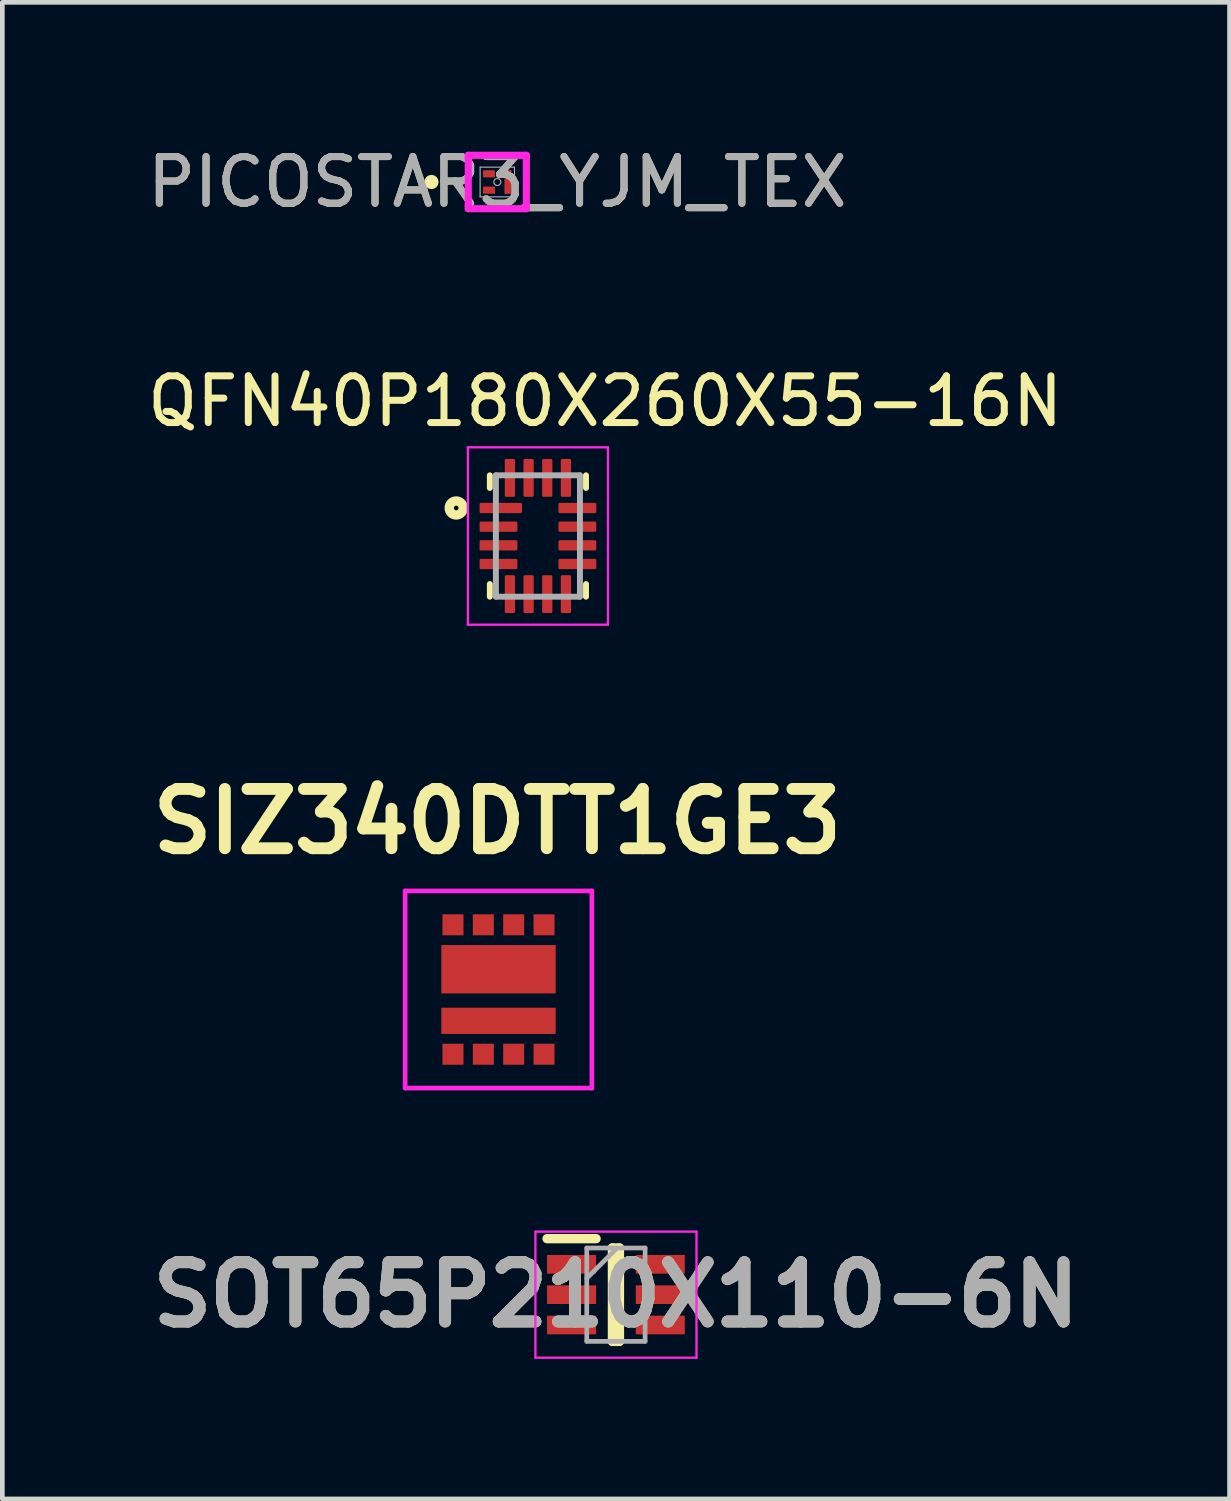
<source format=kicad_pcb>
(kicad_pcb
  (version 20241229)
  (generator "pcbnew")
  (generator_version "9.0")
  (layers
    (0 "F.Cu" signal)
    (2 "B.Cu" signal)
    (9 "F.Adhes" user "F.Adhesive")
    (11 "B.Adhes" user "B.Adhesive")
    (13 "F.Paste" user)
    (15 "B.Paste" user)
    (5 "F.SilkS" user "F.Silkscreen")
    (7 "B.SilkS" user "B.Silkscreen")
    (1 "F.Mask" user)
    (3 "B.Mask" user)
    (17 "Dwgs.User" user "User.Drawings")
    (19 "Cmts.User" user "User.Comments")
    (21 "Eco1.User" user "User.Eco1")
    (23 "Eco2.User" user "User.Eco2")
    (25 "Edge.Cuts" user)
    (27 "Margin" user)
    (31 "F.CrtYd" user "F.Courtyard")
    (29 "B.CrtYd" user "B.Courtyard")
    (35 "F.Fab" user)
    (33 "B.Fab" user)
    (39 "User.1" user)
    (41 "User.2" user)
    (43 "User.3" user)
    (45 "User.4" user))
  (footprint "QFN40P180X260X55-16N"
    (layer "F.Cu")
    (at 8.471 8.43)
    (property "Reference" "QFN40P180X260X55-16N" (at 1.44 -2.885 0) (layer "F.SilkS") (effects (font (size 1 1) (thickness 0.15))))
    (attr smd)
    (fp_line (start -1.03 -1.3) (end -1.03 -1.03) (stroke (width 0.127) (type solid)) (layer "F.SilkS"))
    (fp_line (start -1.03 1.3) (end -1.03 1.03) (stroke (width 0.127) (type solid)) (layer "F.SilkS"))
    (fp_line (start 1.03 -1.3) (end 1.03 -1.03) (stroke (width 0.127) (type solid)) (layer "F.SilkS"))
    (fp_line (start 1.03 1.3) (end 1.03 1.03) (stroke (width 0.127) (type solid)) (layer "F.SilkS"))
    (fp_circle (center -1.75 -0.6) (end -1.7 -0.6) (stroke (width 0.2) (type solid)) (fill no) (layer "F.SilkS"))
    (fp_line (start -1.5 1.9) (end -1.5 -1.9) (stroke (width 0.05) (type solid)) (layer "F.CrtYd"))
    (fp_line (start 1.5 -1.9) (end -1.5 -1.9) (stroke (width 0.05) (type solid)) (layer "F.CrtYd"))
    (fp_line (start 1.5 1.9) (end -1.5 1.9) (stroke (width 0.05) (type solid)) (layer "F.CrtYd"))
    (fp_line (start 1.5 1.9) (end 1.5 -1.9) (stroke (width 0.05) (type solid)) (layer "F.CrtYd"))
    (fp_line (start -0.9 -1.3) (end -0.9 1.3) (stroke (width 0.127) (type solid)) (layer "F.Fab"))
    (fp_line (start 0.9 -1.3) (end -0.9 -1.3) (stroke (width 0.127) (type solid)) (layer "F.Fab"))
    (fp_line (start 0.9 -1.3) (end 0.9 1.3) (stroke (width 0.127) (type solid)) (layer "F.Fab"))
    (fp_line (start 0.9 1.3) (end -0.9 1.3) (stroke (width 0.127) (type solid)) (layer "F.Fab"))
    (pad "1" smd roundrect (at -0.795 -0.6) (size 0.91 0.22) (layers "F.Cu" "F.Mask" "F.Paste") (roundrect_rratio 0.125))
    (pad "2" smd roundrect (at -0.845 -0.2) (size 0.81 0.22) (layers "F.Cu" "F.Mask" "F.Paste") (roundrect_rratio 0.125))
    (pad "3" smd roundrect (at -0.845 0.2) (size 0.81 0.22) (layers "F.Cu" "F.Mask" "F.Paste") (roundrect_rratio 0.125))
    (pad "4" smd roundrect (at -0.845 0.6) (size 0.81 0.22) (layers "F.Cu" "F.Mask" "F.Paste") (roundrect_rratio 0.125))
    (pad "5" smd roundrect (at -0.6 1.245) (size 0.22 0.81) (layers "F.Cu" "F.Mask" "F.Paste") (roundrect_rratio 0.125))
    (pad "6" smd roundrect (at -0.2 1.245) (size 0.22 0.81) (layers "F.Cu" "F.Mask" "F.Paste") (roundrect_rratio 0.125))
    (pad "7" smd roundrect (at 0.2 1.245) (size 0.22 0.81) (layers "F.Cu" "F.Mask" "F.Paste") (roundrect_rratio 0.125))
    (pad "8" smd roundrect (at 0.6 1.245) (size 0.22 0.81) (layers "F.Cu" "F.Mask" "F.Paste") (roundrect_rratio 0.125))
    (pad "9" smd roundrect (at 0.845 0.6) (size 0.81 0.22) (layers "F.Cu" "F.Mask" "F.Paste") (roundrect_rratio 0.125))
    (pad "10" smd roundrect (at 0.845 0.2) (size 0.81 0.22) (layers "F.Cu" "F.Mask" "F.Paste") (roundrect_rratio 0.125))
    (pad "11" smd roundrect (at 0.845 -0.2) (size 0.81 0.22) (layers "F.Cu" "F.Mask" "F.Paste") (roundrect_rratio 0.125))
    (pad "12" smd roundrect (at 0.845 -0.6) (size 0.81 0.22) (layers "F.Cu" "F.Mask" "F.Paste") (roundrect_rratio 0.125))
    (pad "13" smd roundrect (at 0.6 -1.245) (size 0.22 0.81) (layers "F.Cu" "F.Mask" "F.Paste") (roundrect_rratio 0.125))
    (pad "14" smd roundrect (at 0.2 -1.245) (size 0.22 0.81) (layers "F.Cu" "F.Mask" "F.Paste") (roundrect_rratio 0.125))
    (pad "15" smd roundrect (at -0.2 -1.245) (size 0.22 0.81) (layers "F.Cu" "F.Mask" "F.Paste") (roundrect_rratio 0.125))
    (pad "16" smd roundrect (at -0.6 -1.245) (size 0.22 0.81) (layers "F.Cu" "F.Mask" "F.Paste") (roundrect_rratio 0.125)))
  (footprint "SOT65P210X110-6N"
    (layer "F.Cu")
    (at 10.142 24.679)
    (property "Reference" "SOT65P210X110-6N" (at 0 0 0) (layer "F.SilkS") (effects (font (size 1.27 1.27) (thickness 0.254))))
    (attr smd)
    (fp_line (start -1.475 -1.2) (end -0.425 -1.2) (stroke (width 0.2) (type solid)) (layer "F.SilkS"))
    (fp_line (start -0.075 -1) (end 0.075 -1) (stroke (width 0.2) (type solid)) (layer "F.SilkS"))
    (fp_line (start -0.075 1) (end -0.075 -1) (stroke (width 0.2) (type solid)) (layer "F.SilkS"))
    (fp_line (start 0.075 -1) (end 0.075 1) (stroke (width 0.2) (type solid)) (layer "F.SilkS"))
    (fp_line (start 0.075 1) (end -0.075 1) (stroke (width 0.2) (type solid)) (layer "F.SilkS"))
    (fp_line (start -1.725 -1.35) (end 1.725 -1.35) (stroke (width 0.05) (type solid)) (layer "F.CrtYd"))
    (fp_line (start -1.725 1.35) (end -1.725 -1.35) (stroke (width 0.05) (type solid)) (layer "F.CrtYd"))
    (fp_line (start 1.725 -1.35) (end 1.725 1.35) (stroke (width 0.05) (type solid)) (layer "F.CrtYd"))
    (fp_line (start 1.725 1.35) (end -1.725 1.35) (stroke (width 0.05) (type solid)) (layer "F.CrtYd"))
    (fp_line (start -0.625 -1) (end 0.625 -1) (stroke (width 0.1) (type solid)) (layer "F.Fab"))
    (fp_line (start -0.625 -0.35) (end 0.025 -1) (stroke (width 0.1) (type solid)) (layer "F.Fab"))
    (fp_line (start -0.625 1) (end -0.625 -1) (stroke (width 0.1) (type solid)) (layer "F.Fab"))
    (fp_line (start 0.625 -1) (end 0.625 1) (stroke (width 0.1) (type solid)) (layer "F.Fab"))
    (fp_line (start 0.625 1) (end -0.625 1) (stroke (width 0.1) (type solid)) (layer "F.Fab"))
    (fp_text user "${REFERENCE}" (at 0 0 0) (layer "F.Fab") (effects (font (size 1.27 1.27) (thickness 0.254))))
    (pad "1" smd rect (at -0.95 -0.65 90) (size 0.4 1.05) (layers "F.Cu" "F.Mask" "F.Paste"))
    (pad "2" smd rect (at -0.95 0 90) (size 0.4 1.05) (layers "F.Cu" "F.Mask" "F.Paste"))
    (pad "3" smd rect (at -0.95 0.65 90) (size 0.4 1.05) (layers "F.Cu" "F.Mask" "F.Paste"))
    (pad "4" smd rect (at 0.95 0.65 90) (size 0.4 1.05) (layers "F.Cu" "F.Mask" "F.Paste"))
    (pad "5" smd rect (at 0.95 0 90) (size 0.4 1.05) (layers "F.Cu" "F.Mask" "F.Paste"))
    (pad "6" smd rect (at 0.95 -0.65 90) (size 0.4 1.05) (layers "F.Cu" "F.Mask" "F.Paste")))
  (footprint "SIZ340DTT1GE3"
    (layer "F.Cu")
    (at 7.627 18.143)
    (property "Reference" "SIZ340DTT1GE3" (at -0.025 -3.6 0) (layer "F.SilkS") (effects (font (size 1.27 1.27) (thickness 0.254))))
    (attr smd)
    (fp_line (start -2 -2.111) (end 2 -2.111) (stroke (width 0.1) (type solid)) (layer "F.CrtYd"))
    (fp_line (start -2 2.111) (end -2 -2.111) (stroke (width 0.1) (type solid)) (layer "F.CrtYd"))
    (fp_line (start 2 -2.111) (end 2 2.111) (stroke (width 0.1) (type solid)) (layer "F.CrtYd"))
    (fp_line (start 2 2.111) (end -2 2.111) (stroke (width 0.1) (type solid)) (layer "F.CrtYd"))
    (pad "1" smd rect (at -0.975 1.386 90) (size 0.45 0.45) (layers "F.Cu" "F.Mask" "F.Paste"))
    (pad "2" smd rect (at -0.325 1.386 90) (size 0.45 0.45) (layers "F.Cu" "F.Mask" "F.Paste"))
    (pad "2" smd rect (at 0 0.671 90) (size 0.562 2.45) (layers "F.Cu" "F.Mask" "F.Paste"))
    (pad "2" smd rect (at 0.325 1.386 90) (size 0.45 0.45) (layers "F.Cu" "F.Mask" "F.Paste"))
    (pad "2" smd rect (at 0.975 1.386 90) (size 0.45 0.45) (layers "F.Cu" "F.Mask" "F.Paste"))
    (pad "3" smd rect (at 0 -0.434 90) (size 1.036 2.45) (layers "F.Cu" "F.Mask" "F.Paste"))
    (pad "4" smd rect (at -0.325 -1.386 90) (size 0.45 0.45) (layers "F.Cu" "F.Mask" "F.Paste"))
    (pad "4" smd rect (at 0.325 -1.386 90) (size 0.45 0.45) (layers "F.Cu" "F.Mask" "F.Paste"))
    (pad "4" smd rect (at 0.975 -1.386 90) (size 0.45 0.45) (layers "F.Cu" "F.Mask" "F.Paste"))
    (pad "5" smd rect (at -0.975 -1.386 90) (size 0.45 0.45) (layers "F.Cu" "F.Mask" "F.Paste")))
  (footprint "PICOSTAR3_YJM_TEX"
    (layer "F.Cu")
    (at 7.601 0.848)
    (property "Reference" "PICOSTAR3_YJM_TEX" (at 0 0 0) (unlocked yes) (layer "F.SilkS") (effects (font (size 1 1) (thickness 0.15))))
    (attr smd)
    (fp_circle (center -1.41 0) (end -1.333 0) (stroke (width 0.152) (type solid)) (fill no) (layer "F.SilkS"))
    (fp_line (start -0.622 -0.572) (end 0.622 -0.572) (stroke (width 0.152) (type solid)) (layer "F.CrtYd"))
    (fp_line (start -0.622 -0.508) (end -0.622 -0.572) (stroke (width 0.152) (type solid)) (layer "F.CrtYd"))
    (fp_line (start -0.622 -0.508) (end -0.622 -0.508) (stroke (width 0.152) (type solid)) (layer "F.CrtYd"))
    (fp_line (start -0.622 0.508) (end -0.622 -0.508) (stroke (width 0.152) (type solid)) (layer "F.CrtYd"))
    (fp_line (start -0.622 0.508) (end -0.622 0.508) (stroke (width 0.152) (type solid)) (layer "F.CrtYd"))
    (fp_line (start -0.622 0.572) (end -0.622 0.508) (stroke (width 0.152) (type solid)) (layer "F.CrtYd"))
    (fp_line (start 0.622 -0.572) (end 0.622 -0.508) (stroke (width 0.152) (type solid)) (layer "F.CrtYd"))
    (fp_line (start 0.622 -0.508) (end 0.622 -0.508) (stroke (width 0.152) (type solid)) (layer "F.CrtYd"))
    (fp_line (start 0.622 -0.508) (end 0.622 0.508) (stroke (width 0.152) (type solid)) (layer "F.CrtYd"))
    (fp_line (start 0.622 0.508) (end 0.622 0.508) (stroke (width 0.152) (type solid)) (layer "F.CrtYd"))
    (fp_line (start 0.622 0.508) (end 0.622 0.572) (stroke (width 0.152) (type solid)) (layer "F.CrtYd"))
    (fp_line (start 0.622 0.572) (end -0.622 0.572) (stroke (width 0.152) (type solid)) (layer "F.CrtYd"))
    (fp_line (start -0.368 -0.318) (end -0.368 0.318) (stroke (width 0.025) (type solid)) (layer "F.Fab"))
    (fp_line (start -0.368 0.318) (end 0.368 0.318) (stroke (width 0.025) (type solid)) (layer "F.Fab"))
    (fp_line (start 0.368 -0.318) (end -0.368 -0.318) (stroke (width 0.025) (type solid)) (layer "F.Fab"))
    (fp_line (start 0.368 0.318) (end 0.368 -0.318) (stroke (width 0.025) (type solid)) (layer "F.Fab"))
    (fp_circle (center 0 0) (end 0.076 0) (stroke (width 0.025) (type solid)) (fill no) (layer "F.Fab"))
    (fp_text user "${REFERENCE}" (at 0 0 0) (unlocked yes) (layer "F.Fab") (effects (font (size 1 1) (thickness 0.15))))
    (pad "1" smd rect (at -0.178 -0.175) (size 0.254 0.152) (layers "F.Cu" "F.Mask" "F.Paste"))
    (pad "2" smd rect (at -0.178 0.175) (size 0.254 0.152) (layers "F.Cu" "F.Mask" "F.Paste"))
    (pad "3" smd rect (at 0.229 0) (size 0.152 0.508) (layers "F.Cu" "F.Mask" "F.Paste")))
  (gr_rect
    (start -3 -3)
    (end 23.284 29.054)
    (stroke (width 0.1) (type default))
    (fill no)
    (layer "Edge.Cuts")))
</source>
